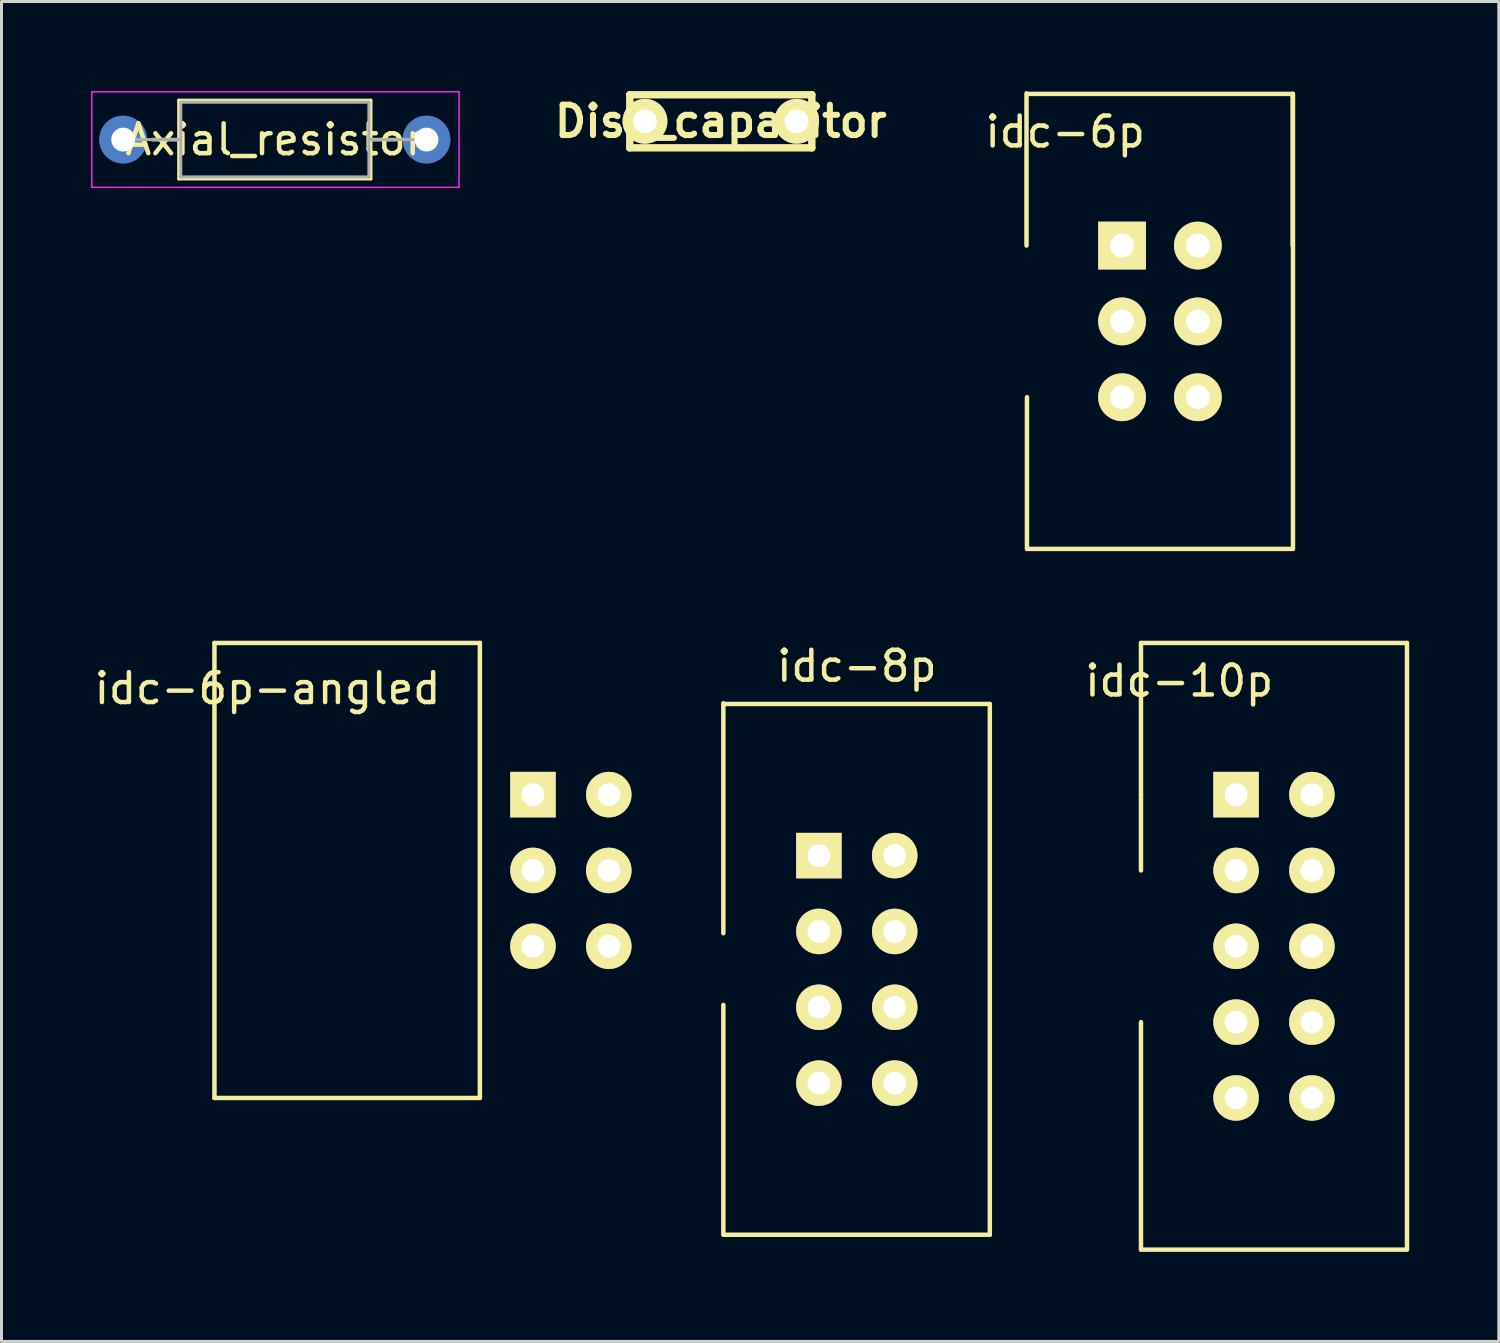
<source format=kicad_pcb>
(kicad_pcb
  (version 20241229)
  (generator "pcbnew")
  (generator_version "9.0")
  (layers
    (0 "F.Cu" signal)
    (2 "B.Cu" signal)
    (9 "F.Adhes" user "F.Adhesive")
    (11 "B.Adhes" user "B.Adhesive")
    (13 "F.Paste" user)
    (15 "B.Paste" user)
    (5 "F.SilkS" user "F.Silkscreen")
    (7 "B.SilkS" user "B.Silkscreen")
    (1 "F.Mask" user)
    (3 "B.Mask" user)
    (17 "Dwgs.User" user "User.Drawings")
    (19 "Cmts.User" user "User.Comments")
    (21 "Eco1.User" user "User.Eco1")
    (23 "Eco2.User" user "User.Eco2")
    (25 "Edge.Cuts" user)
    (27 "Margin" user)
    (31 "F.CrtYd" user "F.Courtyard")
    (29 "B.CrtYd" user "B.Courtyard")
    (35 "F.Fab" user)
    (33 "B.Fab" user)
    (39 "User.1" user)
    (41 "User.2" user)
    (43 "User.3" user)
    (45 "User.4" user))
  (footprint "idc-10p"
    (layer "F.Cu")
    (at 38.351 23.565)
    (property "Reference" "idc-10p" (at -1.905 -3.81 0) (layer "F.SilkS") (effects (font (size 1 1) (thickness 0.15))))
    (attr through_hole)
    (fp_line (start -3.185 0) (end -3.185 -5.08) (stroke (width 0.15) (type solid)) (layer "F.SilkS"))
    (fp_line (start -3.185 0) (end -3.185 2.54) (stroke (width 0.15) (type solid)) (layer "F.SilkS"))
    (fp_line (start -3.185 15.24) (end -3.185 7.62) (stroke (width 0.15) (type solid)) (layer "F.SilkS"))
    (fp_line (start -3.175 15.24) (end 5.715 15.24) (stroke (width 0.15) (type solid)) (layer "F.SilkS"))
    (fp_line (start 5.715 -5.08) (end -3.175 -5.08) (stroke (width 0.15) (type solid)) (layer "F.SilkS"))
    (fp_line (start 5.725 -5.08) (end 5.725 15.24) (stroke (width 0.15) (type solid)) (layer "F.SilkS"))
    (pad "1" thru_hole rect (at 0 0) (size 1.524 1.524) (drill 0.762) (layers "*.Cu" "*.Mask" "F.SilkS"))
    (pad "2" thru_hole circle (at 2.54 0) (size 1.524 1.524) (drill 0.762) (layers "*.Cu" "*.Mask" "F.SilkS"))
    (pad "3" thru_hole circle (at 0 2.54) (size 1.524 1.524) (drill 0.762) (layers "*.Cu" "*.Mask" "F.SilkS"))
    (pad "4" thru_hole circle (at 2.54 2.54) (size 1.524 1.524) (drill 0.762) (layers "*.Cu" "*.Mask" "F.SilkS"))
    (pad "5" thru_hole circle (at 0 5.08) (size 1.524 1.524) (drill 0.762) (layers "*.Cu" "*.Mask" "F.SilkS"))
    (pad "6" thru_hole circle (at 2.54 5.08) (size 1.524 1.524) (drill 0.762) (layers "*.Cu" "*.Mask" "F.SilkS"))
    (pad "7" thru_hole circle (at 0 7.62) (size 1.524 1.524) (drill 0.762) (layers "*.Cu" "*.Mask" "F.SilkS"))
    (pad "8" thru_hole circle (at 2.54 7.62) (size 1.524 1.524) (drill 0.762) (layers "*.Cu" "*.Mask" "F.SilkS"))
    (pad "9" thru_hole circle (at 0 10.16) (size 1.524 1.524) (drill 0.762) (layers "*.Cu" "*.Mask" "F.SilkS"))
    (pad "10" thru_hole circle (at 2.54 10.16) (size 1.524 1.524) (drill 0.762) (layers "*.Cu" "*.Mask" "F.SilkS")))
  (footprint "Disc_capacitor"
    (layer "F.Cu")
    (at 21.093 1.013)
    (property "Reference" "Disc_capacitor" (at 0 0 0) (layer "F.SilkS") (effects (font (size 1.016 1.016) (thickness 0.203))))
    (attr through_hole)
    (fp_line (start -3.048 -0.889) (end -3.048 0.889) (stroke (width 0.249) (type solid)) (layer "F.SilkS"))
    (fp_line (start -3.048 0.889) (end 3.048 0.889) (stroke (width 0.249) (type solid)) (layer "F.SilkS"))
    (fp_line (start 3.048 -0.889) (end -3.048 -0.889) (stroke (width 0.249) (type solid)) (layer "F.SilkS"))
    (fp_line (start 3.048 0.889) (end 3.048 -0.889) (stroke (width 0.249) (type solid)) (layer "F.SilkS"))
    (pad "1" thru_hole circle (at -2.54 0) (size 1.501 1.501) (drill 0.8) (layers "*.Cu" "*.Mask" "F.SilkS"))
    (pad "2" thru_hole circle (at 2.54 0) (size 1.501 1.501) (drill 0.8) (layers "*.Cu" "*.Mask" "F.SilkS")))
  (footprint "idc-6p"
    (layer "F.Cu")
    (at 34.532 5.175)
    (property "Reference" "idc-6p" (at -1.905 -3.81 0) (layer "F.SilkS") (effects (font (size 1 1) (thickness 0.15))))
    (attr through_hole)
    (fp_line (start -3.2 -5.1) (end -3.2 0) (stroke (width 0.15) (type solid)) (layer "F.SilkS"))
    (fp_line (start -3.185 10.16) (end -3.185 5.08) (stroke (width 0.15) (type solid)) (layer "F.SilkS"))
    (fp_line (start -3.175 10.16) (end 5.715 10.16) (stroke (width 0.15) (type solid)) (layer "F.SilkS"))
    (fp_line (start 5.715 -5.08) (end -3.175 -5.08) (stroke (width 0.15) (type solid)) (layer "F.SilkS"))
    (fp_line (start 5.715 0) (end 5.715 -5.08) (stroke (width 0.15) (type solid)) (layer "F.SilkS"))
    (fp_line (start 5.725 -5.08) (end 5.725 10.16) (stroke (width 0.15) (type solid)) (layer "F.SilkS"))
    (pad "1" thru_hole rect (at 0 0) (size 1.6 1.6) (drill 0.8) (layers "*.Cu" "*.Mask" "F.SilkS"))
    (pad "2" thru_hole circle (at 2.54 0) (size 1.6 1.6) (drill 0.8) (layers "*.Cu" "*.Mask" "F.SilkS"))
    (pad "3" thru_hole circle (at 0 2.54) (size 1.6 1.6) (drill 0.8) (layers "*.Cu" "*.Mask" "F.SilkS"))
    (pad "4" thru_hole circle (at 2.54 2.54) (size 1.6 1.6) (drill 0.8) (layers "*.Cu" "*.Mask" "F.SilkS"))
    (pad "5" thru_hole circle (at 0 5.08) (size 1.6 1.6) (drill 0.8) (layers "*.Cu" "*.Mask" "F.SilkS"))
    (pad "6" thru_hole circle (at 2.54 5.08) (size 1.6 1.6) (drill 0.8) (layers "*.Cu" "*.Mask" "F.SilkS")))
  (footprint "Axial_resistor"
    (layer "F.Cu")
    (at 1.075 1.625)
    (property "Reference" "Axial_resistor" (at 5.08 0 0) (layer "F.SilkS") (effects (font (size 1 1) (thickness 0.15))))
    (attr through_hole)
    (fp_line (start 0.98 0) (end 1.87 0) (stroke (width 0.12) (type solid)) (layer "F.SilkS"))
    (fp_line (start 1.87 -1.31) (end 1.87 1.31) (stroke (width 0.12) (type solid)) (layer "F.SilkS"))
    (fp_line (start 1.87 1.31) (end 8.29 1.31) (stroke (width 0.12) (type solid)) (layer "F.SilkS"))
    (fp_line (start 8.29 -1.31) (end 1.87 -1.31) (stroke (width 0.12) (type solid)) (layer "F.SilkS"))
    (fp_line (start 8.29 1.31) (end 8.29 -1.31) (stroke (width 0.12) (type solid)) (layer "F.SilkS"))
    (fp_line (start 9.18 0) (end 8.29 0) (stroke (width 0.12) (type solid)) (layer "F.SilkS"))
    (fp_line (start -1.05 -1.6) (end -1.05 1.6) (stroke (width 0.05) (type solid)) (layer "F.CrtYd"))
    (fp_line (start -1.05 1.6) (end 11.25 1.6) (stroke (width 0.05) (type solid)) (layer "F.CrtYd"))
    (fp_line (start 11.25 -1.6) (end -1.05 -1.6) (stroke (width 0.05) (type solid)) (layer "F.CrtYd"))
    (fp_line (start 11.25 1.6) (end 11.25 -1.6) (stroke (width 0.05) (type solid)) (layer "F.CrtYd"))
    (fp_line (start 0 0) (end 1.93 0) (stroke (width 0.1) (type solid)) (layer "F.Fab"))
    (fp_line (start 1.93 -1.25) (end 1.93 1.25) (stroke (width 0.1) (type solid)) (layer "F.Fab"))
    (fp_line (start 1.93 1.25) (end 8.23 1.25) (stroke (width 0.1) (type solid)) (layer "F.Fab"))
    (fp_line (start 8.23 -1.25) (end 1.93 -1.25) (stroke (width 0.1) (type solid)) (layer "F.Fab"))
    (fp_line (start 8.23 1.25) (end 8.23 -1.25) (stroke (width 0.1) (type solid)) (layer "F.Fab"))
    (fp_line (start 10.16 0) (end 8.23 0) (stroke (width 0.1) (type solid)) (layer "F.Fab"))
    (pad "1" thru_hole circle (at 0 0) (size 1.6 1.6) (drill 0.8) (layers "*.Cu" "*.Mask"))
    (pad "2" thru_hole oval (at 10.16 0) (size 1.6 1.6) (drill 0.8) (layers "*.Cu" "*.Mask")))
  (footprint "idc-6p-angled"
    (layer "F.Cu")
    (at 14.801 23.565)
    (property "Reference" "idc-6p-angled" (at -8.89 -3.556 0) (layer "F.SilkS") (effects (font (size 1 1) (thickness 0.15))))
    (attr through_hole)
    (fp_line (start -10.668 -5.08) (end -1.778 -5.08) (stroke (width 0.15) (type solid)) (layer "F.SilkS"))
    (fp_line (start -10.668 10.16) (end -10.668 -5.08) (stroke (width 0.15) (type solid)) (layer "F.SilkS"))
    (fp_line (start -1.778 -5.08) (end -1.778 10.16) (stroke (width 0.15) (type solid)) (layer "F.SilkS"))
    (fp_line (start -1.778 10.16) (end -10.668 10.16) (stroke (width 0.15) (type solid)) (layer "F.SilkS"))
    (pad "1" thru_hole rect (at 0 0) (size 1.524 1.524) (drill 0.762) (layers "*.Cu" "*.Mask" "F.SilkS"))
    (pad "2" thru_hole circle (at 2.54 0) (size 1.524 1.524) (drill 0.762) (layers "*.Cu" "*.Mask" "F.SilkS"))
    (pad "3" thru_hole circle (at 0 2.54) (size 1.524 1.524) (drill 0.762) (layers "*.Cu" "*.Mask" "F.SilkS"))
    (pad "4" thru_hole circle (at 2.54 2.54) (size 1.524 1.524) (drill 0.762) (layers "*.Cu" "*.Mask" "F.SilkS"))
    (pad "5" thru_hole circle (at 0 5.08) (size 1.524 1.524) (drill 0.762) (layers "*.Cu" "*.Mask" "F.SilkS"))
    (pad "6" thru_hole circle (at 2.54 5.08) (size 1.524 1.524) (drill 0.762) (layers "*.Cu" "*.Mask" "F.SilkS")))
  (footprint "idc-8p"
    (layer "F.Cu")
    (at 24.378 25.608)
    (property "Reference" "idc-8p" (at 1.27 -6.35 0) (layer "F.SilkS") (effects (font (size 1 1) (thickness 0.15))))
    (attr through_hole)
    (fp_line (start -3.2 2.6) (end -3.2 -5.1) (stroke (width 0.15) (type solid)) (layer "F.SilkS"))
    (fp_line (start -3.2 12.7) (end -3.2 5) (stroke (width 0.15) (type solid)) (layer "F.SilkS"))
    (fp_line (start -3.175 12.7) (end 5.715 12.7) (stroke (width 0.15) (type solid)) (layer "F.SilkS"))
    (fp_line (start 5.715 -5.08) (end -3.175 -5.08) (stroke (width 0.15) (type solid)) (layer "F.SilkS"))
    (fp_line (start 5.725 12.7) (end 5.725 -5.08) (stroke (width 0.15) (type solid)) (layer "F.SilkS"))
    (pad "1" thru_hole rect (at 0 0) (size 1.524 1.524) (drill 0.762) (layers "*.Cu" "*.Mask" "F.SilkS"))
    (pad "2" thru_hole circle (at 2.54 0) (size 1.524 1.524) (drill 0.762) (layers "*.Cu" "*.Mask" "F.SilkS"))
    (pad "3" thru_hole circle (at 0 2.54) (size 1.524 1.524) (drill 0.762) (layers "*.Cu" "*.Mask" "F.SilkS"))
    (pad "4" thru_hole circle (at 2.54 2.54) (size 1.524 1.524) (drill 0.762) (layers "*.Cu" "*.Mask" "F.SilkS"))
    (pad "5" thru_hole circle (at 0 5.08) (size 1.524 1.524) (drill 0.762) (layers "*.Cu" "*.Mask" "F.SilkS"))
    (pad "6" thru_hole circle (at 2.54 5.08) (size 1.524 1.524) (drill 0.762) (layers "*.Cu" "*.Mask" "F.SilkS"))
    (pad "7" thru_hole circle (at 0 7.62) (size 1.524 1.524) (drill 0.762) (layers "*.Cu" "*.Mask" "F.SilkS"))
    (pad "8" thru_hole circle (at 2.54 7.62) (size 1.524 1.524) (drill 0.762) (layers "*.Cu" "*.Mask" "F.SilkS")))
  (gr_rect
    (start -3 -3)
    (end 47.151 41.88)
    (stroke (width 0.1) (type default))
    (fill no)
    (layer "Edge.Cuts")))
</source>
